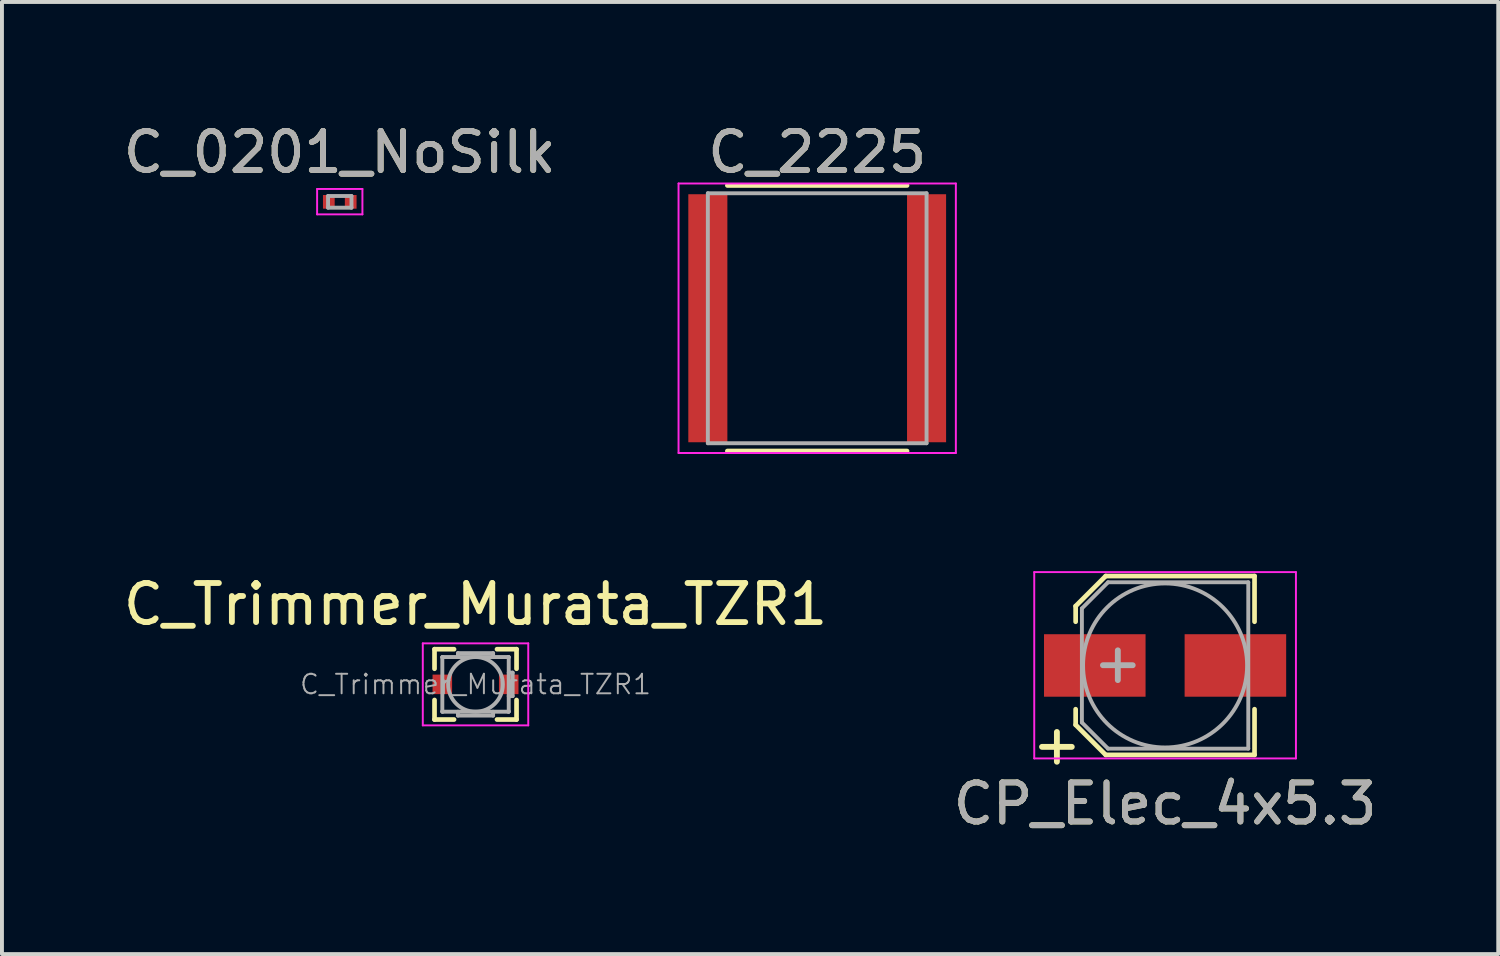
<source format=kicad_pcb>
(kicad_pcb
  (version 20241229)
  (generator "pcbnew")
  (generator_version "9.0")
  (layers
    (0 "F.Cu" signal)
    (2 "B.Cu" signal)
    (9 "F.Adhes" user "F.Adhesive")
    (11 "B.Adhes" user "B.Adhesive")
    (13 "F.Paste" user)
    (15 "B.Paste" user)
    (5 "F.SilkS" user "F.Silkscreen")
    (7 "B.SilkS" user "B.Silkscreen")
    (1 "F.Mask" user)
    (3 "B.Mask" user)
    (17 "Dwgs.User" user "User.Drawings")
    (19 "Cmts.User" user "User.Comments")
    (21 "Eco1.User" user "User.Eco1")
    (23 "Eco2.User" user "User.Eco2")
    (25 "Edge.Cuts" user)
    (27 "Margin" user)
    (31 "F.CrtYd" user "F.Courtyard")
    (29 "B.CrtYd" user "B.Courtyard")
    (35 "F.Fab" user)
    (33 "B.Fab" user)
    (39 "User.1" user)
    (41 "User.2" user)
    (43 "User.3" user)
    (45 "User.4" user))
  (footprint "C_0201_NoSilk"
    (layer "F.Cu")
    (at 5.649 2.118)
    (property "Reference" "C_0201_NoSilk" (at 0 -1.27 0) (layer "F.SilkS") (effects (font (size 1 1) (thickness 0.15))))
    (attr smd)
    (fp_line (start -0.58 -0.33) (end -0.58 0.32) (stroke (width 0.05) (type solid)) (layer "F.CrtYd"))
    (fp_line (start -0.58 -0.33) (end 0.58 -0.33) (stroke (width 0.05) (type solid)) (layer "F.CrtYd"))
    (fp_line (start 0.58 0.32) (end -0.58 0.32) (stroke (width 0.05) (type solid)) (layer "F.CrtYd"))
    (fp_line (start 0.58 0.32) (end 0.58 -0.33) (stroke (width 0.05) (type solid)) (layer "F.CrtYd"))
    (fp_line (start -0.3 -0.15) (end 0.3 -0.15) (stroke (width 0.1) (type solid)) (layer "F.Fab"))
    (fp_line (start -0.3 0.15) (end -0.3 -0.15) (stroke (width 0.1) (type solid)) (layer "F.Fab"))
    (fp_line (start 0.3 -0.15) (end 0.3 0.15) (stroke (width 0.1) (type solid)) (layer "F.Fab"))
    (fp_line (start 0.3 0.15) (end -0.3 0.15) (stroke (width 0.1) (type solid)) (layer "F.Fab"))
    (fp_text user "${REFERENCE}" (at 0 -1.27 0) (layer "F.Fab") (effects (font (size 1 1) (thickness 0.15))))
    (pad "1" smd rect (at -0.28 0) (size 0.3 0.35) (layers "F.Cu" "F.Mask" "F.Paste"))
    (pad "2" smd rect (at 0.28 0) (size 0.3 0.35) (layers "F.Cu" "F.Mask" "F.Paste")))
  (footprint "C_Trimmer_Murata_TZR1"
    (layer "F.Cu")
    (at 9.125 14.472)
    (property "Reference" "C_Trimmer_Murata_TZR1" (at 0 -2.05 0) (layer "F.SilkS") (effects (font (size 1 1) (thickness 0.15))))
    (attr smd)
    (fp_line (start -1.05 -0.9) (end -1.05 -0.4) (stroke (width 0.12) (type solid)) (layer "F.SilkS"))
    (fp_line (start -1.05 -0.9) (end -0.55 -0.9) (stroke (width 0.12) (type solid)) (layer "F.SilkS"))
    (fp_line (start -1.05 0.9) (end -1.05 0.4) (stroke (width 0.12) (type solid)) (layer "F.SilkS"))
    (fp_line (start -1.05 0.9) (end -0.55 0.9) (stroke (width 0.12) (type solid)) (layer "F.SilkS"))
    (fp_line (start 1.05 -0.9) (end 0.55 -0.9) (stroke (width 0.12) (type solid)) (layer "F.SilkS"))
    (fp_line (start 1.05 -0.9) (end 1.05 -0.4) (stroke (width 0.12) (type solid)) (layer "F.SilkS"))
    (fp_line (start 1.05 0.9) (end 0.55 0.9) (stroke (width 0.12) (type solid)) (layer "F.SilkS"))
    (fp_line (start 1.05 0.9) (end 1.05 0.4) (stroke (width 0.12) (type solid)) (layer "F.SilkS"))
    (fp_line (start -1.35 -1.05) (end -1.35 1.05) (stroke (width 0.05) (type solid)) (layer "F.CrtYd"))
    (fp_line (start -1.35 1.05) (end 1.35 1.05) (stroke (width 0.05) (type solid)) (layer "F.CrtYd"))
    (fp_line (start 1.35 -1.05) (end -1.35 -1.05) (stroke (width 0.05) (type solid)) (layer "F.CrtYd"))
    (fp_line (start 1.35 1.05) (end 1.35 -1.05) (stroke (width 0.05) (type solid)) (layer "F.CrtYd"))
    (fp_line (start -0.85 -0.7) (end -0.84 -0.7) (stroke (width 0.1) (type solid)) (layer "F.Fab"))
    (fp_line (start -0.85 -0.69) (end -0.85 -0.7) (stroke (width 0.1) (type solid)) (layer "F.Fab"))
    (fp_line (start -0.85 0.69) (end -0.85 -0.69) (stroke (width 0.1) (type solid)) (layer "F.Fab"))
    (fp_line (start -0.85 0.7) (end -0.85 0.69) (stroke (width 0.1) (type solid)) (layer "F.Fab"))
    (fp_line (start -0.84 -0.7) (end 0.84 -0.7) (stroke (width 0.1) (type solid)) (layer "F.Fab"))
    (fp_line (start -0.84 0.7) (end -0.85 0.7) (stroke (width 0.1) (type solid)) (layer "F.Fab"))
    (fp_line (start -0.45 -0.8) (end 0.45 -0.8) (stroke (width 0.1) (type solid)) (layer "F.Fab"))
    (fp_line (start -0.45 -0.7) (end -0.45 -0.8) (stroke (width 0.1) (type solid)) (layer "F.Fab"))
    (fp_line (start -0.45 0.7) (end -0.45 0.8) (stroke (width 0.1) (type solid)) (layer "F.Fab"))
    (fp_line (start -0.45 0.8) (end 0.45 0.8) (stroke (width 0.1) (type solid)) (layer "F.Fab"))
    (fp_line (start 0.45 -0.8) (end 0.45 -0.7) (stroke (width 0.1) (type solid)) (layer "F.Fab"))
    (fp_line (start 0.45 0.8) (end 0.45 0.7) (stroke (width 0.1) (type solid)) (layer "F.Fab"))
    (fp_line (start 0.84 -0.7) (end 0.85 -0.7) (stroke (width 0.1) (type solid)) (layer "F.Fab"))
    (fp_line (start 0.84 0.7) (end -0.84 0.7) (stroke (width 0.1) (type solid)) (layer "F.Fab"))
    (fp_line (start 0.85 -0.7) (end 0.85 -0.69) (stroke (width 0.1) (type solid)) (layer "F.Fab"))
    (fp_line (start 0.85 -0.69) (end 0.85 0.69) (stroke (width 0.1) (type solid)) (layer "F.Fab"))
    (fp_line (start 0.85 -0.3) (end 0.95 -0.3) (stroke (width 0.1) (type solid)) (layer "F.Fab"))
    (fp_line (start 0.85 0.69) (end 0.85 0.7) (stroke (width 0.1) (type solid)) (layer "F.Fab"))
    (fp_line (start 0.85 0.7) (end 0.84 0.7) (stroke (width 0.1) (type solid)) (layer "F.Fab"))
    (fp_line (start 0.95 -0.3) (end 0.95 0.3) (stroke (width 0.1) (type solid)) (layer "F.Fab"))
    (fp_line (start 0.95 0.3) (end 0.85 0.3) (stroke (width 0.1) (type solid)) (layer "F.Fab"))
    (fp_circle (center 0 0) (end 0.7 0) (stroke (width 0.1) (type solid)) (fill no) (layer "F.Fab"))
    (fp_text user "${REFERENCE}" (at 0 0 0) (layer "F.Fab") (effects (font (size 0.5 0.5) (thickness 0.05))))
    (pad "1" smd rect (at -0.85 0) (size 0.5 0.5) (layers "F.Cu" "F.Mask" "F.Paste"))
    (pad "2" smd rect (at 0.85 0) (size 0.5 0.5) (layers "F.Cu" "F.Mask" "F.Paste")))
  (footprint "CP_Elec_4x5.3"
    (layer "F.Cu")
    (at 26.78 13.988)
    (property "Reference" "CP_Elec_4x5.3" (at 0 3.54 0) (layer "F.SilkS") (effects (font (size 1 1) (thickness 0.15))))
    (attr smd)
    (fp_line (start -2.29 -1.52) (end -2.29 -1.12) (stroke (width 0.12) (type solid)) (layer "F.SilkS"))
    (fp_line (start -2.29 1.52) (end -2.29 1.12) (stroke (width 0.12) (type solid)) (layer "F.SilkS"))
    (fp_line (start -1.52 -2.29) (end -2.29 -1.52) (stroke (width 0.12) (type solid)) (layer "F.SilkS"))
    (fp_line (start -1.52 -2.29) (end 2.29 -2.29) (stroke (width 0.12) (type solid)) (layer "F.SilkS"))
    (fp_line (start -1.52 2.29) (end -2.29 1.52) (stroke (width 0.12) (type solid)) (layer "F.SilkS"))
    (fp_line (start -1.52 2.29) (end 2.29 2.29) (stroke (width 0.12) (type solid)) (layer "F.SilkS"))
    (fp_line (start 2.29 -2.29) (end 2.29 -1.12) (stroke (width 0.12) (type solid)) (layer "F.SilkS"))
    (fp_line (start 2.29 2.29) (end 2.29 1.12) (stroke (width 0.12) (type solid)) (layer "F.SilkS"))
    (fp_line (start -3.35 -2.39) (end -3.35 2.38) (stroke (width 0.05) (type solid)) (layer "F.CrtYd"))
    (fp_line (start -3.35 -2.39) (end 3.35 -2.39) (stroke (width 0.05) (type solid)) (layer "F.CrtYd"))
    (fp_line (start 3.35 2.38) (end -3.35 2.38) (stroke (width 0.05) (type solid)) (layer "F.CrtYd"))
    (fp_line (start 3.35 2.38) (end 3.35 -2.39) (stroke (width 0.05) (type solid)) (layer "F.CrtYd"))
    (fp_line (start -2.13 -1.46) (end -2.13 1.46) (stroke (width 0.1) (type solid)) (layer "F.Fab"))
    (fp_line (start -2.13 1.46) (end -1.46 2.13) (stroke (width 0.1) (type solid)) (layer "F.Fab"))
    (fp_line (start -1.46 -2.13) (end -2.13 -1.46) (stroke (width 0.1) (type solid)) (layer "F.Fab"))
    (fp_line (start -1.46 2.13) (end 2.13 2.13) (stroke (width 0.1) (type solid)) (layer "F.Fab"))
    (fp_line (start 2.13 -2.13) (end -1.46 -2.13) (stroke (width 0.1) (type solid)) (layer "F.Fab"))
    (fp_line (start 2.13 2.13) (end 2.13 -2.13) (stroke (width 0.1) (type solid)) (layer "F.Fab"))
    (fp_circle (center 0 0) (end 0 2.1) (stroke (width 0.1) (type solid)) (fill no) (layer "F.Fab"))
    (fp_text user "+" (at -2.77 2.01 0) (layer "F.SilkS") (effects (font (size 1 1) (thickness 0.15))))
    (fp_text user "${REFERENCE}" (at 0 3.54 0) (layer "F.Fab") (effects (font (size 1 1) (thickness 0.15))))
    (fp_text user "+" (at -1.21 -0.08 0) (layer "F.Fab") (effects (font (size 1 1) (thickness 0.15))))
    (pad "1" smd rect (at -1.8 0 180) (size 2.6 1.6) (layers "F.Cu" "F.Mask" "F.Paste"))
    (pad "2" smd rect (at 1.8 0 180) (size 2.6 1.6) (layers "F.Cu" "F.Mask" "F.Paste")))
  (footprint "C_2225"
    (layer "F.Cu")
    (at 17.873 5.098)
    (property "Reference" "C_2225" (at 0 -4.25 0) (layer "F.SilkS") (effects (font (size 1 1) (thickness 0.15))))
    (attr smd)
    (fp_line (start -2.3 3.4) (end 2.3 3.4) (stroke (width 0.12) (type solid)) (layer "F.SilkS"))
    (fp_line (start 2.3 -3.4) (end -2.3 -3.4) (stroke (width 0.12) (type solid)) (layer "F.SilkS"))
    (fp_line (start -3.55 -3.45) (end -3.55 3.45) (stroke (width 0.05) (type solid)) (layer "F.CrtYd"))
    (fp_line (start -3.55 -3.45) (end 3.55 -3.45) (stroke (width 0.05) (type solid)) (layer "F.CrtYd"))
    (fp_line (start 3.55 3.45) (end -3.55 3.45) (stroke (width 0.05) (type solid)) (layer "F.CrtYd"))
    (fp_line (start 3.55 3.45) (end 3.55 -3.45) (stroke (width 0.05) (type solid)) (layer "F.CrtYd"))
    (fp_line (start -2.8 -3.2) (end 2.8 -3.2) (stroke (width 0.1) (type solid)) (layer "F.Fab"))
    (fp_line (start -2.8 3.2) (end -2.8 -3.2) (stroke (width 0.1) (type solid)) (layer "F.Fab"))
    (fp_line (start 2.8 -3.2) (end 2.8 3.2) (stroke (width 0.1) (type solid)) (layer "F.Fab"))
    (fp_line (start 2.8 3.2) (end -2.8 3.2) (stroke (width 0.1) (type solid)) (layer "F.Fab"))
    (fp_text user "${REFERENCE}" (at 0 -4.25 0) (layer "F.Fab") (effects (font (size 1 1) (thickness 0.15))))
    (pad "1" smd rect (at -2.8 0) (size 1 6.35) (layers "F.Cu" "F.Mask" "F.Paste"))
    (pad "2" smd rect (at 2.8 0) (size 1 6.35) (layers "F.Cu" "F.Mask" "F.Paste")))
  (gr_rect
    (start -3 -3)
    (end 35.31 21.377)
    (stroke (width 0.1) (type default))
    (fill no)
    (layer "Edge.Cuts")))
</source>
